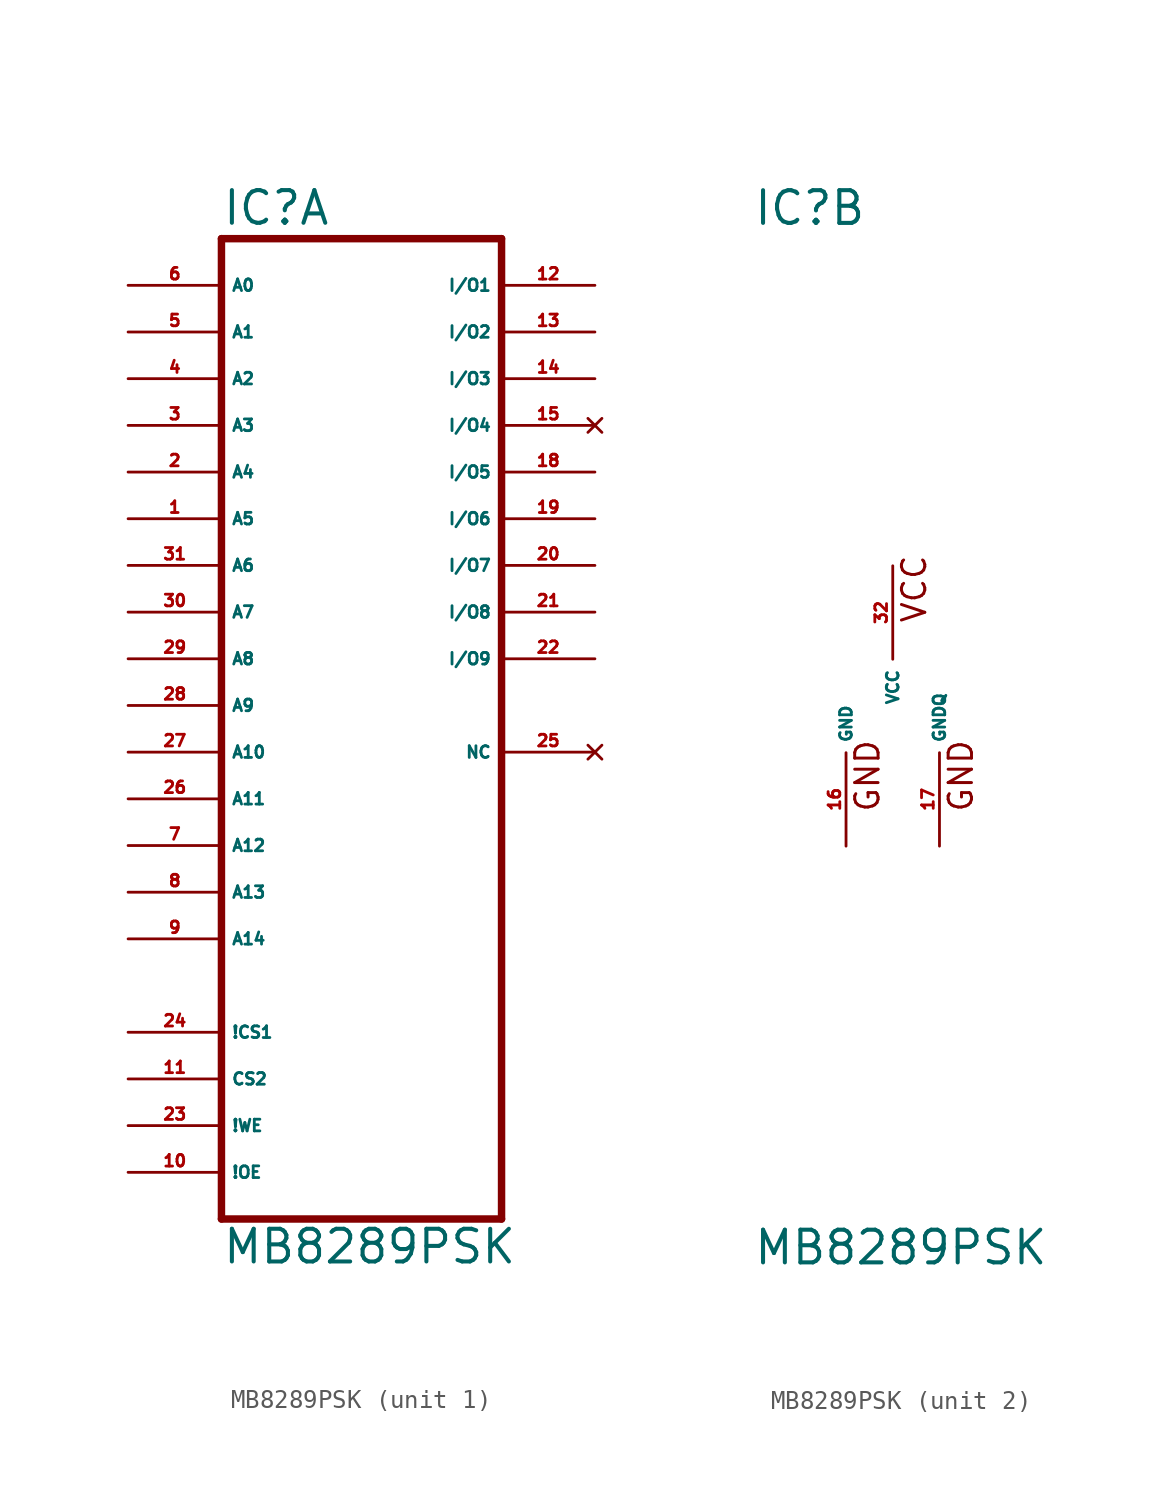
<source format=kicad_sym>
(kicad_symbol_lib
  (version 20220914)
  (generator Eagle2Kicad)
  (symbol "MB8289PSK"
    (property "Reference" "IC"
      (at -7.62 26.035 0)
      (effects (font (size 1.778 1.778) (thickness 0.22)) (justify left bottom)))
    (property "Value" "MB8289PSK"
      (at -7.62 -30.48 0)
      (effects (font (size 1.778 1.778) (thickness 0.22)) (justify left bottom)))
    (symbol "MB8289PSK_1_0"
      (polyline (pts (xy -7.62 -27.94) (xy -7.62 25.4)) (stroke (width 0.406) (type default)) (fill (type none)))
      (polyline (pts (xy -7.62 25.4) (xy 7.62 25.4)) (stroke (width 0.406) (type default)) (fill (type none)))
      (polyline (pts (xy 7.62 25.4) (xy 7.62 -27.94)) (stroke (width 0.406) (type default)) (fill (type none)))
      (polyline (pts (xy 7.62 -27.94) (xy -7.62 -27.94)) (stroke (width 0.406) (type default)) (fill (type none)))
      (pin input line (at -12.7 22.86 0) (length 5.08) (name "A0" (effects (font (size 0.635 0.635) (thickness 0.08)) (justify left bottom))) (number "6" (effects (font (size 0.635 0.635) (thickness 0.08)) (justify left bottom))))
      (pin input line (at -12.7 20.32 0) (length 5.08) (name "A1" (effects (font (size 0.635 0.635) (thickness 0.08)) (justify left bottom))) (number "5" (effects (font (size 0.635 0.635) (thickness 0.08)) (justify left bottom))))
      (pin input line (at -12.7 17.78 0) (length 5.08) (name "A2" (effects (font (size 0.635 0.635) (thickness 0.08)) (justify left bottom))) (number "4" (effects (font (size 0.635 0.635) (thickness 0.08)) (justify left bottom))))
      (pin input line (at -12.7 15.24 0) (length 5.08) (name "A3" (effects (font (size 0.635 0.635) (thickness 0.08)) (justify left bottom))) (number "3" (effects (font (size 0.635 0.635) (thickness 0.08)) (justify left bottom))))
      (pin input line (at -12.7 12.7 0) (length 5.08) (name "A4" (effects (font (size 0.635 0.635) (thickness 0.08)) (justify left bottom))) (number "2" (effects (font (size 0.635 0.635) (thickness 0.08)) (justify left bottom))))
      (pin input line (at -12.7 7.62 0) (length 5.08) (name "A6" (effects (font (size 0.635 0.635) (thickness 0.08)) (justify left bottom))) (number "31" (effects (font (size 0.635 0.635) (thickness 0.08)) (justify left bottom))))
      (pin input line (at -12.7 10.16 0) (length 5.08) (name "A5" (effects (font (size 0.635 0.635) (thickness 0.08)) (justify left bottom))) (number "1" (effects (font (size 0.635 0.635) (thickness 0.08)) (justify left bottom))))
      (pin input line (at -12.7 5.08 0) (length 5.08) (name "A7" (effects (font (size 0.635 0.635) (thickness 0.08)) (justify left bottom))) (number "30" (effects (font (size 0.635 0.635) (thickness 0.08)) (justify left bottom))))
      (pin input line (at -12.7 2.54 0) (length 5.08) (name "A8" (effects (font (size 0.635 0.635) (thickness 0.08)) (justify left bottom))) (number "29" (effects (font (size 0.635 0.635) (thickness 0.08)) (justify left bottom))))
      (pin input line (at -12.7 0 0) (length 5.08) (name "A9" (effects (font (size 0.635 0.635) (thickness 0.08)) (justify left bottom))) (number "28" (effects (font (size 0.635 0.635) (thickness 0.08)) (justify left bottom))))
      (pin input line (at -12.7 -2.54 0) (length 5.08) (name "A10" (effects (font (size 0.635 0.635) (thickness 0.08)) (justify left bottom))) (number "27" (effects (font (size 0.635 0.635) (thickness 0.08)) (justify left bottom))))
      (pin input line (at -12.7 -5.08 0) (length 5.08) (name "A11" (effects (font (size 0.635 0.635) (thickness 0.08)) (justify left bottom))) (number "26" (effects (font (size 0.635 0.635) (thickness 0.08)) (justify left bottom))))
      (pin bidirectional line (at 12.7 22.86 180) (length 5.08) (name "I/O1" (effects (font (size 0.635 0.635) (thickness 0.08)) (justify left bottom))) (number "12" (effects (font (size 0.635 0.635) (thickness 0.08)) (justify left bottom))))
      (pin bidirectional line (at 12.7 20.32 180) (length 5.08) (name "I/O2" (effects (font (size 0.635 0.635) (thickness 0.08)) (justify left bottom))) (number "13" (effects (font (size 0.635 0.635) (thickness 0.08)) (justify left bottom))))
      (pin bidirectional line (at 12.7 17.78 180) (length 5.08) (name "I/O3" (effects (font (size 0.635 0.635) (thickness 0.08)) (justify left bottom))) (number "14" (effects (font (size 0.635 0.635) (thickness 0.08)) (justify left bottom))))
      (pin no_connect line (at 12.7 15.24 180) (length 5.08) (name "I/O4" (effects (font (size 0.635 0.635) (thickness 0.08)) (justify left bottom) hide)) (number "15" (effects (font (size 0.635 0.635) (thickness 0.08)) (justify left bottom) hide)))
      (pin input line (at -12.7 -20.32 0) (length 5.08) (name "CS2" (effects (font (size 0.635 0.635) (thickness 0.08)) (justify left bottom))) (number "11" (effects (font (size 0.635 0.635) (thickness 0.08)) (justify left bottom))))
      (pin input line (at -12.7 -22.86 0) (length 5.08) (name "!WE" (effects (font (size 0.635 0.635) (thickness 0.08)) (justify left bottom))) (number "23" (effects (font (size 0.635 0.635) (thickness 0.08)) (justify left bottom))))
      (pin input line (at -12.7 -7.62 0) (length 5.08) (name "A12" (effects (font (size 0.635 0.635) (thickness 0.08)) (justify left bottom))) (number "7" (effects (font (size 0.635 0.635) (thickness 0.08)) (justify left bottom))))
      (pin input line (at -12.7 -25.4 0) (length 5.08) (name "!OE" (effects (font (size 0.635 0.635) (thickness 0.08)) (justify left bottom))) (number "10" (effects (font (size 0.635 0.635) (thickness 0.08)) (justify left bottom))))
      (pin bidirectional line (at 12.7 12.7 180) (length 5.08) (name "I/O5" (effects (font (size 0.635 0.635) (thickness 0.08)) (justify left bottom))) (number "18" (effects (font (size 0.635 0.635) (thickness 0.08)) (justify left bottom))))
      (pin bidirectional line (at 12.7 10.16 180) (length 5.08) (name "I/O6" (effects (font (size 0.635 0.635) (thickness 0.08)) (justify left bottom))) (number "19" (effects (font (size 0.635 0.635) (thickness 0.08)) (justify left bottom))))
      (pin bidirectional line (at 12.7 7.62 180) (length 5.08) (name "I/O7" (effects (font (size 0.635 0.635) (thickness 0.08)) (justify left bottom))) (number "20" (effects (font (size 0.635 0.635) (thickness 0.08)) (justify left bottom))))
      (pin bidirectional line (at 12.7 5.08 180) (length 5.08) (name "I/O8" (effects (font (size 0.635 0.635) (thickness 0.08)) (justify left bottom))) (number "21" (effects (font (size 0.635 0.635) (thickness 0.08)) (justify left bottom))))
      (pin bidirectional line (at 12.7 2.54 180) (length 5.08) (name "I/O9" (effects (font (size 0.635 0.635) (thickness 0.08)) (justify left bottom))) (number "22" (effects (font (size 0.635 0.635) (thickness 0.08)) (justify left bottom))))
      (pin input line (at -12.7 -17.78 0) (length 5.08) (name "!CS1" (effects (font (size 0.635 0.635) (thickness 0.08)) (justify left bottom))) (number "24" (effects (font (size 0.635 0.635) (thickness 0.08)) (justify left bottom))))
      (pin input line (at -12.7 -10.16 0) (length 5.08) (name "A13" (effects (font (size 0.635 0.635) (thickness 0.08)) (justify left bottom))) (number "8" (effects (font (size 0.635 0.635) (thickness 0.08)) (justify left bottom))))
      (pin input line (at -12.7 -12.7 0) (length 5.08) (name "A14" (effects (font (size 0.635 0.635) (thickness 0.08)) (justify left bottom))) (number "9" (effects (font (size 0.635 0.635) (thickness 0.08)) (justify left bottom))))
      (pin no_connect line (at 12.7 -2.54 180) (length 5.08) (name "NC" (effects (font (size 0.635 0.635) (thickness 0.08)) (justify left bottom) hide)) (number "25" (effects (font (size 0.635 0.635) (thickness 0.08)) (justify left bottom) hide))))
    (symbol "MB8289PSK_2_0"
      (text "GND" (at 4.445 -5.842 900) (effects (font (size 1.27 1.27) (thickness 0.16)) (justify left bottom)))
      (text "VCC" (at 1.905 4.445 900) (effects (font (size 1.27 1.27) (thickness 0.16)) (justify left bottom)))
      (text "GND" (at -0.635 -5.842 900) (effects (font (size 1.27 1.27) (thickness 0.16)) (justify left bottom)))
      (pin unspecified line (at -2.54 -7.62 90) (length 5.08) (name "GND" (effects (font (size 0.635 0.635) (thickness 0.08)) (justify left bottom))) (number "16" (effects (font (size 0.635 0.635) (thickness 0.08)) (justify left bottom))))
      (pin unspecified line (at 0 7.62 270) (length 5.08) (name "VCC" (effects (font (size 0.635 0.635) (thickness 0.08)) (justify left bottom))) (number "32" (effects (font (size 0.635 0.635) (thickness 0.08)) (justify left bottom))))
      (pin unspecified line (at 2.54 -7.62 90) (length 5.08) (name "GNDQ" (effects (font (size 0.635 0.635) (thickness 0.08)) (justify left bottom))) (number "17" (effects (font (size 0.635 0.635) (thickness 0.08)) (justify left bottom)))))))
</source>
